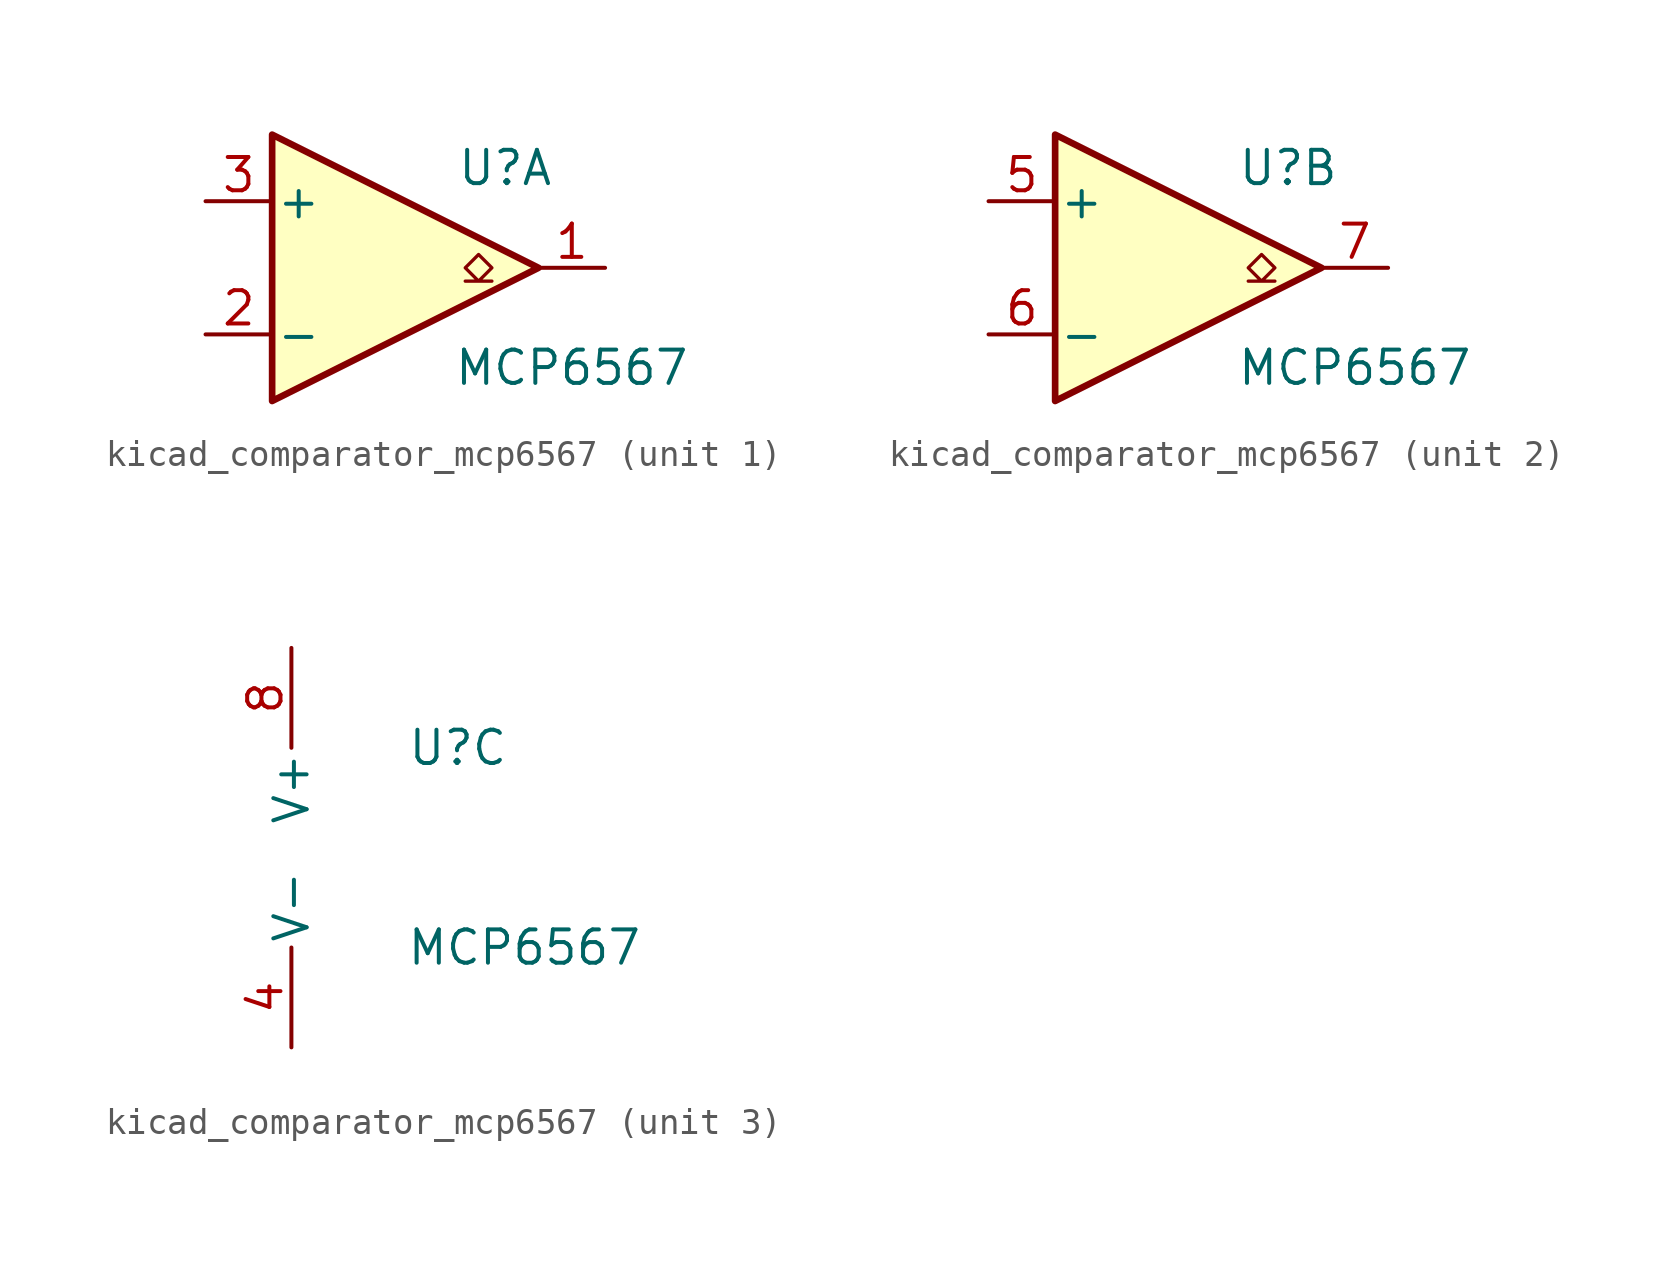
<source format=kicad_sym>
(kicad_symbol_lib
  (version 20220914)
  (generator kicad_symbol_editor)
  (symbol "kicad_comparator_mcp6567"
    (pin_names
      (offset 0.127))
    (property "Reference" "U"
      (at 3.81 3.81 0)
      (effects (font (size 1.27 1.27))))
    (property "Value" "MCP6567"
      (at 6.35 -3.81 0)
      (effects (font (size 1.27 1.27))))
    (property "ki_locked" ""
      (at 0 0 0)
      (effects (font (size 1.27 1.27))))
    (symbol "kicad_comparator_mcp6567_1_1"
      (polyline (pts (xy -5.08 5.08) (xy 5.08 0) (xy -5.08 -5.08) (xy -5.08 5.08)) (stroke (width 0.254) (type default)) (fill (type background)))
      (polyline (pts (xy 3.302 -0.508) (xy 2.794 -0.508) (xy 3.302 0) (xy 2.794 0.508) (xy 2.286 0) (xy 2.794 -0.508) (xy 2.286 -0.508)) (stroke (width 0.127) (type default)) (fill (type none)))
      (pin open_collector line (at 7.62 0 180) (length 2.54) (name "~" (effects (font (size 1.27 1.27)))) (number "1" (effects (font (size 1.27 1.27)))))
      (pin input line (at -7.62 -2.54 0) (length 2.54) (name "-" (effects (font (size 1.27 1.27)))) (number "2" (effects (font (size 1.27 1.27)))))
      (pin input line (at -7.62 2.54 0) (length 2.54) (name "+" (effects (font (size 1.27 1.27)))) (number "3" (effects (font (size 1.27 1.27))))))
    (symbol "kicad_comparator_mcp6567_2_1"
      (polyline (pts (xy -5.08 5.08) (xy 5.08 0) (xy -5.08 -5.08) (xy -5.08 5.08)) (stroke (width 0.254) (type default)) (fill (type background)))
      (polyline (pts (xy 3.302 -0.508) (xy 2.794 -0.508) (xy 3.302 0) (xy 2.794 0.508) (xy 2.286 0) (xy 2.794 -0.508) (xy 2.286 -0.508)) (stroke (width 0.127) (type default)) (fill (type none)))
      (pin input line (at -7.62 2.54 0) (length 2.54) (name "+" (effects (font (size 1.27 1.27)))) (number "5" (effects (font (size 1.27 1.27)))))
      (pin input line (at -7.62 -2.54 0) (length 2.54) (name "-" (effects (font (size 1.27 1.27)))) (number "6" (effects (font (size 1.27 1.27)))))
      (pin open_collector line (at 7.62 0 180) (length 2.54) (name "~" (effects (font (size 1.27 1.27)))) (number "7" (effects (font (size 1.27 1.27))))))
    (symbol "kicad_comparator_mcp6567_3_1"
      (pin power_in line (at -2.54 -7.62 90) (length 3.81) (name "V-" (effects (font (size 1.27 1.27)))) (number "4" (effects (font (size 1.27 1.27)))))
      (pin power_in line (at -2.54 7.62 270) (length 3.81) (name "V+" (effects (font (size 1.27 1.27)))) (number "8" (effects (font (size 1.27 1.27))))))))
</source>
